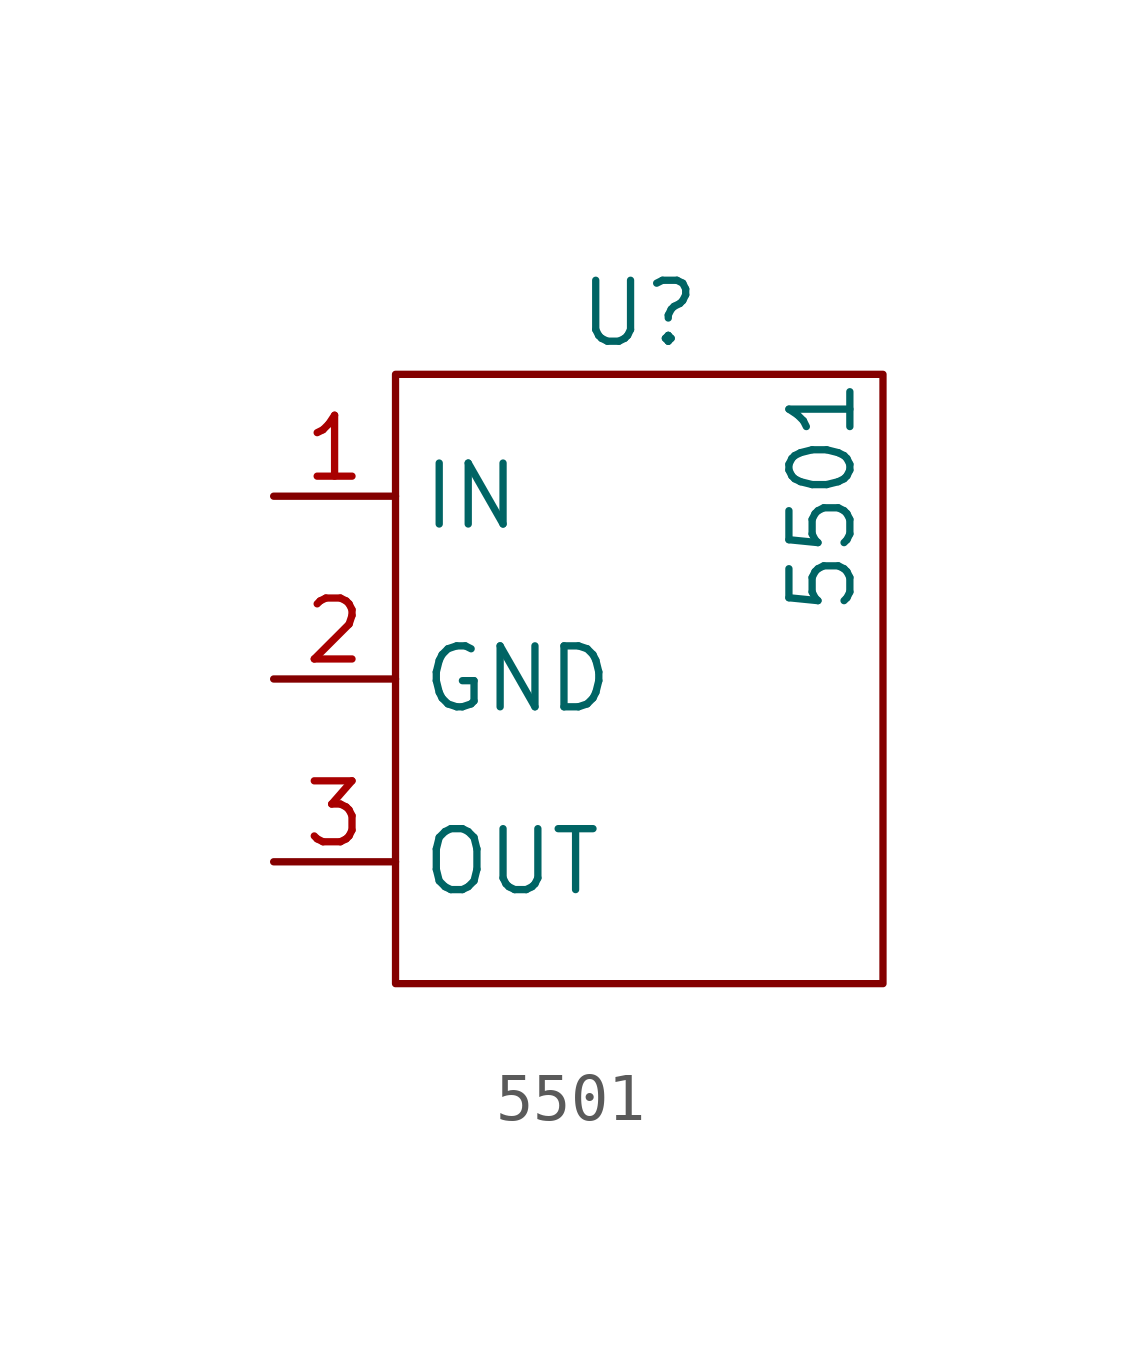
<source format=kicad_sym>
(kicad_symbol_lib
  (version 20211014)
  (generator kicad_symbol_editor)
  (symbol "5501"
    (property "Reference" "U"
      (at 5.08 11.43 0)
      (effects (font (size 1.27 1.27))))
    (property "Value" "5501"
      (at 8.89 7.62 90)
      (effects (font (size 1.27 1.27))))
    (symbol "5501_0_1"
      (rectangle (start 0 10.16) (end 10.16 -2.54) (stroke (width 0.152) (type default) (color 0 0 0 0)) (fill (type none))))
    (symbol "5501_1_1"
      (pin input line (at -2.54 7.62 0) (length 2.54) (name "IN" (effects (font (size 1.27 1.27)))) (number "1" (effects (font (size 1.27 1.27)))))
      (pin input line (at -2.54 3.81 0) (length 2.54) (name "GND" (effects (font (size 1.27 1.27)))) (number "2" (effects (font (size 1.27 1.27)))))
      (pin input line (at -2.54 0 0) (length 2.54) (name "OUT" (effects (font (size 1.27 1.27)))) (number "3" (effects (font (size 1.27 1.27))))))))
</source>
